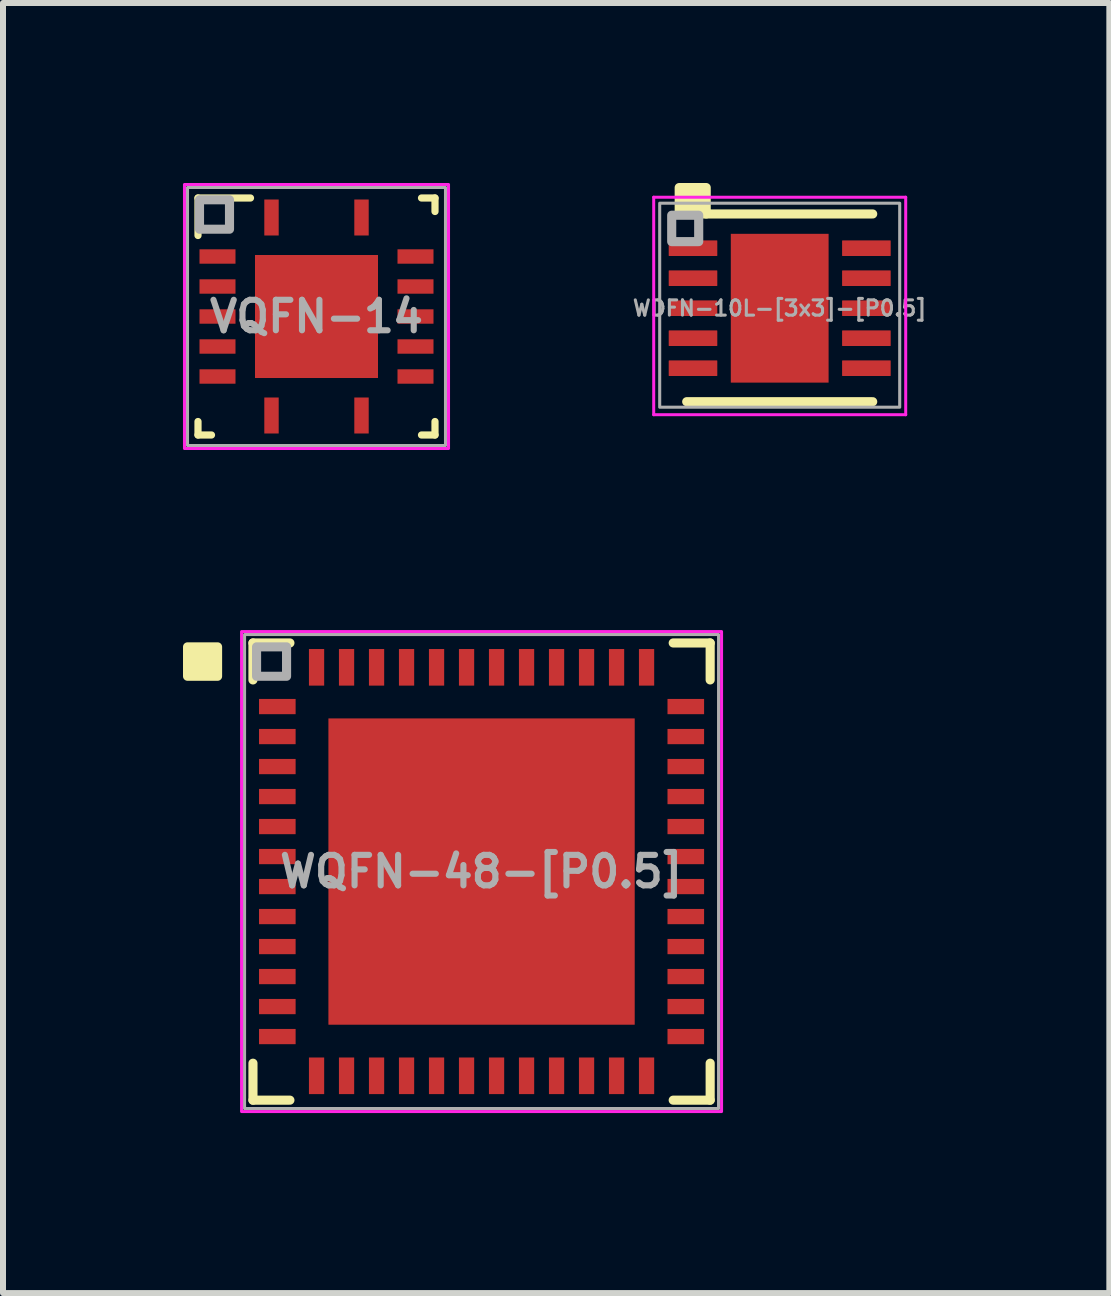
<source format=kicad_pcb>
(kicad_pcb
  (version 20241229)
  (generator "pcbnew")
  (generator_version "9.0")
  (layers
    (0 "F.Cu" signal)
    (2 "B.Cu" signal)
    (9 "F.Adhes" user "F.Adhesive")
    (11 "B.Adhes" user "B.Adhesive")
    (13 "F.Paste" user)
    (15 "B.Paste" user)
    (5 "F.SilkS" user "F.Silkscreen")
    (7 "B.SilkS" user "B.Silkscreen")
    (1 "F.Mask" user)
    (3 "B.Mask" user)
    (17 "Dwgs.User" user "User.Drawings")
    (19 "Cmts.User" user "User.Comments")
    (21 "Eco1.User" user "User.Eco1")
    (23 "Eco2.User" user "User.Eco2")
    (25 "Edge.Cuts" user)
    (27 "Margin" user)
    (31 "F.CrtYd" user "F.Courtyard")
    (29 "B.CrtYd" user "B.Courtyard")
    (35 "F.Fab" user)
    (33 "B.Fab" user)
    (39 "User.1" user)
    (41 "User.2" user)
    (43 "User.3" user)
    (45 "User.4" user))
  (footprint "VQFN-14"
    (layer "F.Cu")
    (at 2.225 2.225)
    (property "Reference" "VQFN-14" (at 0 0 0) (layer "F.Fab") (effects (font (size 0.508 0.508) (thickness 0.102))))
    (attr through_hole)
    (fp_line (start -1.975 -1.975) (end -1.1 -1.975) (stroke (width 0.12) (type solid)) (layer "F.SilkS"))
    (fp_line (start -1.975 -1.35) (end -1.975 -1.975) (stroke (width 0.12) (type solid)) (layer "F.SilkS"))
    (fp_line (start -1.975 1.975) (end -1.975 1.75) (stroke (width 0.12) (type solid)) (layer "F.SilkS"))
    (fp_line (start -1.975 1.975) (end -1.75 1.975) (stroke (width 0.12) (type solid)) (layer "F.SilkS"))
    (fp_line (start 1.75 -1.975) (end 1.975 -1.975) (stroke (width 0.12) (type solid)) (layer "F.SilkS"))
    (fp_line (start 1.75 1.975) (end 1.975 1.975) (stroke (width 0.12) (type solid)) (layer "F.SilkS"))
    (fp_line (start 1.975 -1.75) (end 1.975 -1.975) (stroke (width 0.12) (type solid)) (layer "F.SilkS"))
    (fp_line (start 1.975 1.975) (end 1.975 1.75) (stroke (width 0.12) (type solid)) (layer "F.SilkS"))
    (fp_poly (pts (xy -0.1 -0.969) (xy -0.1 -0.151) (xy -0.101 -0.141) (xy -0.104 -0.131) (xy -0.109 -0.122) (xy -0.115 -0.115) (xy -0.122 -0.109) (xy -0.131 -0.104) (xy -0.141 -0.101) (xy -0.151 -0.1) (xy -0.969 -0.1) (xy -0.979 -0.101) (xy -0.989 -0.104) (xy -0.998 -0.109) (xy -1.005 -0.115) (xy -1.011 -0.122) (xy -1.016 -0.131) (xy -1.019 -0.141) (xy -1.02 -0.151) (xy -1.02 -0.969) (xy -1.019 -0.979) (xy -1.016 -0.989) (xy -1.011 -0.998) (xy -1.005 -1.005) (xy -0.998 -1.011) (xy -0.989 -1.016) (xy -0.979 -1.019) (xy -0.969 -1.02) (xy -0.151 -1.02) (xy -0.141 -1.019) (xy -0.131 -1.016) (xy -0.122 -1.011) (xy -0.115 -1.005) (xy -0.109 -0.998) (xy -0.104 -0.989) (xy -0.101 -0.979)) (stroke (width 0.1) (type solid)) (fill yes) (layer "F.Paste"))
    (fp_poly (pts (xy -0.1 0.151) (xy -0.1 0.969) (xy -0.101 0.979) (xy -0.104 0.989) (xy -0.109 0.998) (xy -0.115 1.005) (xy -0.122 1.011) (xy -0.131 1.016) (xy -0.141 1.019) (xy -0.151 1.02) (xy -0.969 1.02) (xy -0.979 1.019) (xy -0.989 1.016) (xy -0.998 1.011) (xy -1.005 1.005) (xy -1.011 0.998) (xy -1.016 0.989) (xy -1.019 0.979) (xy -1.02 0.969) (xy -1.02 0.151) (xy -1.019 0.141) (xy -1.016 0.131) (xy -1.011 0.122) (xy -1.005 0.115) (xy -0.998 0.109) (xy -0.989 0.104) (xy -0.979 0.101) (xy -0.969 0.1) (xy -0.151 0.1) (xy -0.141 0.101) (xy -0.131 0.104) (xy -0.122 0.109) (xy -0.115 0.115) (xy -0.109 0.122) (xy -0.104 0.131) (xy -0.101 0.141)) (stroke (width 0.1) (type solid)) (fill yes) (layer "F.Paste"))
    (fp_poly (pts (xy 0.1 -0.151) (xy 0.1 -0.969) (xy 0.101 -0.979) (xy 0.104 -0.989) (xy 0.109 -0.998) (xy 0.115 -1.005) (xy 0.122 -1.011) (xy 0.131 -1.016) (xy 0.141 -1.019) (xy 0.151 -1.02) (xy 0.969 -1.02) (xy 0.979 -1.019) (xy 0.989 -1.016) (xy 0.998 -1.011) (xy 1.005 -1.005) (xy 1.011 -0.998) (xy 1.016 -0.989) (xy 1.019 -0.979) (xy 1.02 -0.969) (xy 1.02 -0.151) (xy 1.019 -0.141) (xy 1.016 -0.131) (xy 1.011 -0.122) (xy 1.005 -0.115) (xy 0.998 -0.109) (xy 0.989 -0.104) (xy 0.979 -0.101) (xy 0.969 -0.1) (xy 0.151 -0.1) (xy 0.141 -0.101) (xy 0.131 -0.104) (xy 0.122 -0.109) (xy 0.115 -0.115) (xy 0.109 -0.122) (xy 0.104 -0.131) (xy 0.101 -0.141)) (stroke (width 0.1) (type solid)) (fill yes) (layer "F.Paste"))
    (fp_poly (pts (xy 0.1 0.969) (xy 0.1 0.151) (xy 0.101 0.141) (xy 0.104 0.131) (xy 0.109 0.122) (xy 0.115 0.115) (xy 0.122 0.109) (xy 0.131 0.104) (xy 0.141 0.101) (xy 0.151 0.1) (xy 0.969 0.1) (xy 0.979 0.101) (xy 0.989 0.104) (xy 0.998 0.109) (xy 1.005 0.115) (xy 1.011 0.122) (xy 1.016 0.131) (xy 1.019 0.141) (xy 1.02 0.151) (xy 1.02 0.969) (xy 1.019 0.979) (xy 1.016 0.989) (xy 1.011 0.998) (xy 1.005 1.005) (xy 0.998 1.011) (xy 0.989 1.016) (xy 0.979 1.019) (xy 0.969 1.02) (xy 0.151 1.02) (xy 0.141 1.019) (xy 0.131 1.016) (xy 0.122 1.011) (xy 0.115 1.005) (xy 0.109 0.998) (xy 0.104 0.989) (xy 0.101 0.979)) (stroke (width 0.1) (type solid)) (fill yes) (layer "F.Paste"))
    (fp_rect (start -2.2 -2.2) (end 2.2 2.2) (stroke (width 0.051) (type solid)) (fill no) (layer "F.CrtYd"))
    (fp_rect (start -2.15 -2.15) (end 2.15 2.15) (stroke (width 0.051) (type solid)) (fill no) (layer "F.Fab"))
    (fp_rect (start -1.95 -1.455) (end -1.45 -1.945) (stroke (width 0.152) (type solid)) (fill no) (layer "F.Fab"))
    (pad "1" smd rect (at -0.75 -1.65) (size 0.24 0.6) (layers "F.Cu" "F.Mask" "F.Paste"))
    (pad "2" smd rect (at -1.65 -1 90) (size 0.24 0.6) (layers "F.Cu" "F.Mask" "F.Paste"))
    (pad "3" smd rect (at -1.65 -0.5 90) (size 0.24 0.6) (layers "F.Cu" "F.Mask" "F.Paste"))
    (pad "4" smd rect (at -1.65 0.000081 90) (size 0.24 0.6) (layers "F.Cu" "F.Mask" "F.Paste"))
    (pad "5" smd rect (at -1.65 0.5 90) (size 0.24 0.6) (layers "F.Cu" "F.Mask" "F.Paste"))
    (pad "6" smd rect (at -1.65 1 90) (size 0.24 0.6) (layers "F.Cu" "F.Mask" "F.Paste"))
    (pad "7" smd rect (at -0.75 1.65) (size 0.24 0.6) (layers "F.Cu" "F.Mask" "F.Paste"))
    (pad "8" smd rect (at 0.75 1.65) (size 0.24 0.6) (layers "F.Cu" "F.Mask" "F.Paste"))
    (pad "9" smd rect (at 1.65 1 90) (size 0.24 0.6) (layers "F.Cu" "F.Mask" "F.Paste"))
    (pad "10" smd rect (at 1.65 0.5 90) (size 0.24 0.6) (layers "F.Cu" "F.Mask" "F.Paste"))
    (pad "11" smd rect (at 1.65 0.000081 90) (size 0.24 0.6) (layers "F.Cu" "F.Mask" "F.Paste"))
    (pad "12" smd rect (at 1.65 -0.5 90) (size 0.24 0.6) (layers "F.Cu" "F.Mask" "F.Paste"))
    (pad "13" smd rect (at 1.65 -1 90) (size 0.24 0.6) (layers "F.Cu" "F.Mask" "F.Paste"))
    (pad "14" smd rect (at 0.75 -1.65) (size 0.24 0.6) (layers "F.Cu" "F.Mask" "F.Paste"))
    (pad "15" smd rect (at -0.000081 0.000081 90) (size 2.05 2.05) (layers "F.Cu" "F.Mask")))
  (footprint "WQFN-48-[P0.5]"
    (layer "F.Cu")
    (at 4.976 11.476)
    (property "Reference" "WQFN-48-[P0.5]" (at 0 0 0) (layer "F.Fab") (effects (font (size 0.508 0.508) (thickness 0.102))))
    (attr through_hole)
    (fp_line (start -3.81 -3.81) (end -3.81 -3.194) (stroke (width 0.152) (type solid)) (layer "F.SilkS"))
    (fp_line (start -3.81 3.194) (end -3.81 3.81) (stroke (width 0.152) (type solid)) (layer "F.SilkS"))
    (fp_line (start -3.81 3.81) (end -3.194 3.81) (stroke (width 0.152) (type solid)) (layer "F.SilkS"))
    (fp_line (start -3.194 -3.81) (end -3.81 -3.81) (stroke (width 0.152) (type solid)) (layer "F.SilkS"))
    (fp_line (start 3.194 3.81) (end 3.81 3.81) (stroke (width 0.152) (type solid)) (layer "F.SilkS"))
    (fp_line (start 3.81 -3.81) (end 3.194 -3.81) (stroke (width 0.152) (type solid)) (layer "F.SilkS"))
    (fp_line (start 3.81 -3.194) (end 3.81 -3.81) (stroke (width 0.152) (type solid)) (layer "F.SilkS"))
    (fp_line (start 3.81 3.81) (end 3.81 3.194) (stroke (width 0.152) (type solid)) (layer "F.SilkS"))
    (fp_rect (start -4.9 -3.255) (end -4.4 -3.745) (stroke (width 0.152) (type solid)) (fill yes) (layer "F.SilkS"))
    (fp_poly (pts (xy -2.484 -2.484) (xy -2.484 -1.392) (xy -1.392 -1.392) (xy -1.392 -2.484)) (stroke (width 0.1) (type solid)) (fill yes) (layer "F.Paste"))
    (fp_poly (pts (xy -2.484 -1.192) (xy -2.484 -0.1) (xy -1.392 -0.1) (xy -1.392 -1.192)) (stroke (width 0.1) (type solid)) (fill yes) (layer "F.Paste"))
    (fp_poly (pts (xy -2.484 0.1) (xy -2.484 1.192) (xy -1.392 1.192) (xy -1.392 0.1)) (stroke (width 0.1) (type solid)) (fill yes) (layer "F.Paste"))
    (fp_poly (pts (xy -2.484 1.392) (xy -2.484 2.484) (xy -1.392 2.484) (xy -1.392 1.392)) (stroke (width 0.1) (type solid)) (fill yes) (layer "F.Paste"))
    (fp_poly (pts (xy -1.192 -2.484) (xy -1.192 -1.392) (xy -0.1 -1.392) (xy -0.1 -2.484)) (stroke (width 0.1) (type solid)) (fill yes) (layer "F.Paste"))
    (fp_poly (pts (xy -1.192 -1.192) (xy -1.192 -0.1) (xy -0.1 -0.1) (xy -0.1 -1.192)) (stroke (width 0.1) (type solid)) (fill yes) (layer "F.Paste"))
    (fp_poly (pts (xy -1.192 0.1) (xy -1.192 1.192) (xy -0.1 1.192) (xy -0.1 0.1)) (stroke (width 0.1) (type solid)) (fill yes) (layer "F.Paste"))
    (fp_poly (pts (xy -1.192 1.392) (xy -1.192 2.484) (xy -0.1 2.484) (xy -0.1 1.392)) (stroke (width 0.1) (type solid)) (fill yes) (layer "F.Paste"))
    (fp_poly (pts (xy 0.1 -2.484) (xy 0.1 -1.392) (xy 1.192 -1.392) (xy 1.192 -2.484)) (stroke (width 0.1) (type solid)) (fill yes) (layer "F.Paste"))
    (fp_poly (pts (xy 0.1 -1.192) (xy 0.1 -0.1) (xy 1.192 -0.1) (xy 1.192 -1.192)) (stroke (width 0.1) (type solid)) (fill yes) (layer "F.Paste"))
    (fp_poly (pts (xy 0.1 0.1) (xy 0.1 1.192) (xy 1.192 1.192) (xy 1.192 0.1)) (stroke (width 0.1) (type solid)) (fill yes) (layer "F.Paste"))
    (fp_poly (pts (xy 0.1 1.392) (xy 0.1 2.484) (xy 1.192 2.484) (xy 1.192 1.392)) (stroke (width 0.1) (type solid)) (fill yes) (layer "F.Paste"))
    (fp_poly (pts (xy 1.392 -2.484) (xy 1.392 -1.392) (xy 2.484 -1.392) (xy 2.484 -2.484)) (stroke (width 0.1) (type solid)) (fill yes) (layer "F.Paste"))
    (fp_poly (pts (xy 1.392 -1.192) (xy 1.392 -0.1) (xy 2.484 -0.1) (xy 2.484 -1.192)) (stroke (width 0.1) (type solid)) (fill yes) (layer "F.Paste"))
    (fp_poly (pts (xy 1.392 0.1) (xy 1.392 1.192) (xy 2.484 1.192) (xy 2.484 0.1)) (stroke (width 0.1) (type solid)) (fill yes) (layer "F.Paste"))
    (fp_poly (pts (xy 1.392 1.392) (xy 1.392 2.484) (xy 2.484 2.484) (xy 2.484 1.392)) (stroke (width 0.1) (type solid)) (fill yes) (layer "F.Paste"))
    (fp_rect (start -4 -4) (end 4 4) (stroke (width 0.05) (type solid)) (fill no) (layer "F.CrtYd"))
    (fp_rect (start -3.95 -3.95) (end 3.95 3.95) (stroke (width 0.051) (type solid)) (fill no) (layer "F.Fab"))
    (fp_rect (start -3.75 -3.255) (end -3.25 -3.745) (stroke (width 0.152) (type solid)) (fill no) (layer "F.Fab"))
    (pad "1" smd rect (at -3.404 -2.75 90) (size 0.254 0.61) (layers "F.Cu" "F.Mask" "F.Paste"))
    (pad "2" smd rect (at -3.404 -2.25 90) (size 0.254 0.61) (layers "F.Cu" "F.Mask" "F.Paste"))
    (pad "3" smd rect (at -3.404 -1.75 90) (size 0.254 0.61) (layers "F.Cu" "F.Mask" "F.Paste"))
    (pad "4" smd rect (at -3.404 -1.25 90) (size 0.254 0.61) (layers "F.Cu" "F.Mask" "F.Paste"))
    (pad "5" smd rect (at -3.404 -0.75 90) (size 0.254 0.61) (layers "F.Cu" "F.Mask" "F.Paste"))
    (pad "6" smd rect (at -3.404 -0.25 90) (size 0.254 0.61) (layers "F.Cu" "F.Mask" "F.Paste"))
    (pad "7" smd rect (at -3.404 0.25 90) (size 0.254 0.61) (layers "F.Cu" "F.Mask" "F.Paste"))
    (pad "8" smd rect (at -3.404 0.75 90) (size 0.254 0.61) (layers "F.Cu" "F.Mask" "F.Paste"))
    (pad "9" smd rect (at -3.404 1.25 90) (size 0.254 0.61) (layers "F.Cu" "F.Mask" "F.Paste"))
    (pad "10" smd rect (at -3.404 1.75 90) (size 0.254 0.61) (layers "F.Cu" "F.Mask" "F.Paste"))
    (pad "11" smd rect (at -3.404 2.25 90) (size 0.254 0.61) (layers "F.Cu" "F.Mask" "F.Paste"))
    (pad "12" smd rect (at -3.404 2.75 90) (size 0.254 0.61) (layers "F.Cu" "F.Mask" "F.Paste"))
    (pad "13" smd rect (at -2.75 3.404) (size 0.254 0.61) (layers "F.Cu" "F.Mask" "F.Paste"))
    (pad "14" smd rect (at -2.25 3.404) (size 0.254 0.61) (layers "F.Cu" "F.Mask" "F.Paste"))
    (pad "15" smd rect (at -1.75 3.404) (size 0.254 0.61) (layers "F.Cu" "F.Mask" "F.Paste"))
    (pad "16" smd rect (at -1.25 3.404) (size 0.254 0.61) (layers "F.Cu" "F.Mask" "F.Paste"))
    (pad "17" smd rect (at -0.75 3.404) (size 0.254 0.61) (layers "F.Cu" "F.Mask" "F.Paste"))
    (pad "18" smd rect (at -0.25 3.404) (size 0.254 0.61) (layers "F.Cu" "F.Mask" "F.Paste"))
    (pad "19" smd rect (at 0.25 3.404) (size 0.254 0.61) (layers "F.Cu" "F.Mask" "F.Paste"))
    (pad "20" smd rect (at 0.75 3.404) (size 0.254 0.61) (layers "F.Cu" "F.Mask" "F.Paste"))
    (pad "21" smd rect (at 1.25 3.404) (size 0.254 0.61) (layers "F.Cu" "F.Mask" "F.Paste"))
    (pad "22" smd rect (at 1.75 3.404) (size 0.254 0.61) (layers "F.Cu" "F.Mask" "F.Paste"))
    (pad "23" smd rect (at 2.25 3.404) (size 0.254 0.61) (layers "F.Cu" "F.Mask" "F.Paste"))
    (pad "24" smd rect (at 2.75 3.404) (size 0.254 0.61) (layers "F.Cu" "F.Mask" "F.Paste"))
    (pad "25" smd rect (at 3.404 2.75 90) (size 0.254 0.61) (layers "F.Cu" "F.Mask" "F.Paste"))
    (pad "26" smd rect (at 3.404 2.25 90) (size 0.254 0.61) (layers "F.Cu" "F.Mask" "F.Paste"))
    (pad "27" smd rect (at 3.404 1.75 90) (size 0.254 0.61) (layers "F.Cu" "F.Mask" "F.Paste"))
    (pad "28" smd rect (at 3.404 1.25 90) (size 0.254 0.61) (layers "F.Cu" "F.Mask" "F.Paste"))
    (pad "29" smd rect (at 3.404 0.75 90) (size 0.254 0.61) (layers "F.Cu" "F.Mask" "F.Paste"))
    (pad "30" smd rect (at 3.404 0.25 90) (size 0.254 0.61) (layers "F.Cu" "F.Mask" "F.Paste"))
    (pad "31" smd rect (at 3.404 -0.25 90) (size 0.254 0.61) (layers "F.Cu" "F.Mask" "F.Paste"))
    (pad "32" smd rect (at 3.404 -0.75 90) (size 0.254 0.61) (layers "F.Cu" "F.Mask" "F.Paste"))
    (pad "33" smd rect (at 3.404 -1.25 90) (size 0.254 0.61) (layers "F.Cu" "F.Mask" "F.Paste"))
    (pad "34" smd rect (at 3.404 -1.75 90) (size 0.254 0.61) (layers "F.Cu" "F.Mask" "F.Paste"))
    (pad "35" smd rect (at 3.404 -2.25 90) (size 0.254 0.61) (layers "F.Cu" "F.Mask" "F.Paste"))
    (pad "36" smd rect (at 3.404 -2.75 90) (size 0.254 0.61) (layers "F.Cu" "F.Mask" "F.Paste"))
    (pad "37" smd rect (at 2.75 -3.404) (size 0.254 0.61) (layers "F.Cu" "F.Mask" "F.Paste"))
    (pad "38" smd rect (at 2.25 -3.404) (size 0.254 0.61) (layers "F.Cu" "F.Mask" "F.Paste"))
    (pad "39" smd rect (at 1.75 -3.404) (size 0.254 0.61) (layers "F.Cu" "F.Mask" "F.Paste"))
    (pad "40" smd rect (at 1.25 -3.404) (size 0.254 0.61) (layers "F.Cu" "F.Mask" "F.Paste"))
    (pad "41" smd rect (at 0.75 -3.404) (size 0.254 0.61) (layers "F.Cu" "F.Mask" "F.Paste"))
    (pad "42" smd rect (at 0.25 -3.404) (size 0.254 0.61) (layers "F.Cu" "F.Mask" "F.Paste"))
    (pad "43" smd rect (at -0.25 -3.404) (size 0.254 0.61) (layers "F.Cu" "F.Mask" "F.Paste"))
    (pad "44" smd rect (at -0.75 -3.404) (size 0.254 0.61) (layers "F.Cu" "F.Mask" "F.Paste"))
    (pad "45" smd rect (at -1.25 -3.404) (size 0.254 0.61) (layers "F.Cu" "F.Mask" "F.Paste"))
    (pad "46" smd rect (at -1.75 -3.404) (size 0.254 0.61) (layers "F.Cu" "F.Mask" "F.Paste"))
    (pad "47" smd rect (at -2.25 -3.404) (size 0.254 0.61) (layers "F.Cu" "F.Mask" "F.Paste"))
    (pad "48" smd rect (at -2.75 -3.404) (size 0.254 0.61) (layers "F.Cu" "F.Mask" "F.Paste"))
    (pad "49" smd rect (at 0 0) (size 5.105 5.105) (layers "F.Cu" "F.Mask")))
  (footprint "WDFN-10L-[3x3]-[P0.5]"
    (layer "F.Cu")
    (at 9.945 2.087)
    (property "Reference" "WDFN-10L-[3x3]-[P0.5]" (at 0 0 0) (layer "F.Fab") (effects (font (size 0.254 0.254) (thickness 0.051))))
    (attr smd)
    (fp_line (start -1.55 1.558) (end 1.55 1.558) (stroke (width 0.152) (type solid)) (layer "F.SilkS"))
    (fp_line (start -1.225 -1.571) (end 1.55 -1.571) (stroke (width 0.152) (type solid)) (layer "F.SilkS"))
    (fp_rect (start -1.675 -1.571) (end -1.225 -2.011) (stroke (width 0.152) (type solid)) (fill yes) (layer "F.SilkS"))
    (fp_poly (pts (xy -0.51 -0.78) (xy 0.51 -0.78) (xy 0.51 0.78) (xy -0.51 0.78)) (stroke (width 0.01) (type solid)) (fill yes) (layer "F.Paste"))
    (fp_line (start -2.1 -1.85) (end -2.1 1.775) (stroke (width 0.05) (type solid)) (layer "F.CrtYd"))
    (fp_line (start -2.1 -1.85) (end 2.1 -1.85) (stroke (width 0.05) (type solid)) (layer "F.CrtYd"))
    (fp_line (start -2.1 1.775) (end 2.1 1.775) (stroke (width 0.05) (type solid)) (layer "F.CrtYd"))
    (fp_line (start 2.1 -1.85) (end 2.1 1.775) (stroke (width 0.05) (type solid)) (layer "F.CrtYd"))
    (fp_rect (start -2 -1.75) (end 2 1.65) (stroke (width 0.051) (type solid)) (fill no) (layer "F.Fab"))
    (fp_rect (start -1.8 -1.11) (end -1.35 -1.55) (stroke (width 0.152) (type solid)) (fill no) (layer "F.Fab"))
    (pad "1" smd roundrect (at -1.445 -1) (size 0.81 0.26) (layers "F.Cu" "F.Mask" "F.Paste") (roundrect_rratio 0.03))
    (pad "2" smd roundrect (at -1.445 -0.5) (size 0.81 0.26) (layers "F.Cu" "F.Mask" "F.Paste") (roundrect_rratio 0.03))
    (pad "3" smd roundrect (at -1.445 0) (size 0.81 0.26) (layers "F.Cu" "F.Mask" "F.Paste") (roundrect_rratio 0.03))
    (pad "4" smd roundrect (at -1.445 0.5) (size 0.81 0.26) (layers "F.Cu" "F.Mask" "F.Paste") (roundrect_rratio 0.03))
    (pad "5" smd roundrect (at -1.445 1) (size 0.81 0.26) (layers "F.Cu" "F.Mask" "F.Paste") (roundrect_rratio 0.03))
    (pad "6" smd roundrect (at 1.445 1) (size 0.81 0.26) (layers "F.Cu" "F.Mask" "F.Paste") (roundrect_rratio 0.03))
    (pad "7" smd roundrect (at 1.445 0.5) (size 0.81 0.26) (layers "F.Cu" "F.Mask" "F.Paste") (roundrect_rratio 0.03))
    (pad "8" smd roundrect (at 1.445 0) (size 0.81 0.26) (layers "F.Cu" "F.Mask" "F.Paste") (roundrect_rratio 0.03))
    (pad "9" smd roundrect (at 1.445 -0.5) (size 0.81 0.26) (layers "F.Cu" "F.Mask" "F.Paste") (roundrect_rratio 0.03))
    (pad "10" smd roundrect (at 1.445 -1) (size 0.81 0.26) (layers "F.Cu" "F.Mask" "F.Paste") (roundrect_rratio 0.03))
    (pad "11" smd rect (at 0 0) (size 1.63 2.48) (layers "F.Cu" "F.Mask")))
  (gr_rect
    (start -3 -3)
    (end 15.439 18.501)
    (stroke (width 0.1) (type default))
    (fill no)
    (layer "Edge.Cuts")))
</source>
